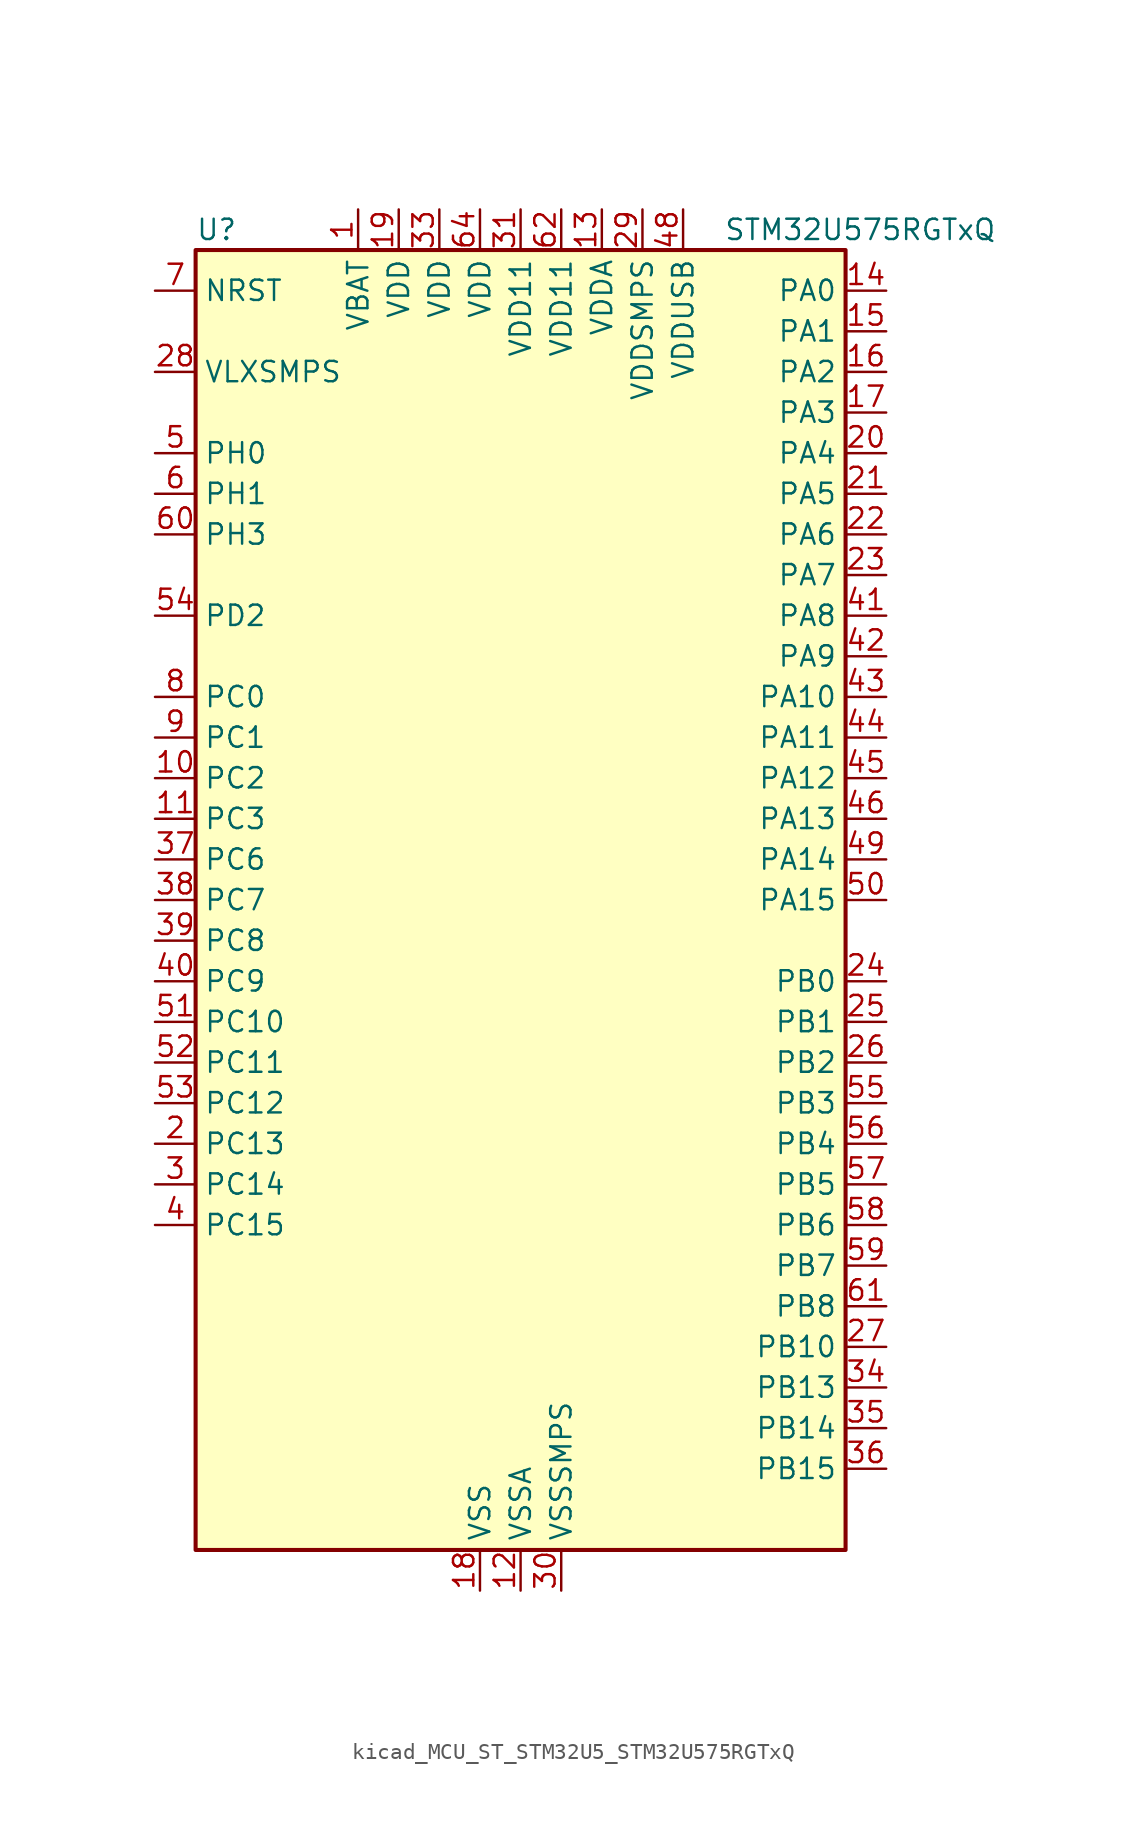
<source format=kicad_sym>
(kicad_symbol_lib
  (version 20220914)
  (generator kicad_symbol_editor)
  (symbol "kicad_MCU_ST_STM32U5_STM32U575RGTxQ"
    (property "Reference" "U"
      (at -20.32 41.91 0)
      (effects (font (size 1.27 1.27)) (justify left)))
    (property "Value" "STM32U575RGTxQ"
      (at 12.7 41.91 0)
      (effects (font (size 1.27 1.27)) (justify left)))
    (property "ki_locked" ""
      (at 0 0 0)
      (effects (font (size 1.27 1.27))))
    (symbol "kicad_MCU_ST_STM32U5_STM32U575RGTxQ_0_1"
      (rectangle (start -20.32 -40.64) (end 20.32 40.64) (stroke (width 0.254) (type default)) (fill (type background))))
    (symbol "kicad_MCU_ST_STM32U5_STM32U575RGTxQ_1_1"
      (pin power_in line (at -10.16 43.18 270) (length 2.54) (name "VBAT" (effects (font (size 1.27 1.27)))) (number "1" (effects (font (size 1.27 1.27)))))
      (pin bidirectional line (at -22.86 7.62 0) (length 2.54) (name "PC2" (effects (font (size 1.27 1.27)))) (number "10" (effects (font (size 1.27 1.27)))) (alternate "ADC1_IN3" bidirectional line) (alternate "ADC4_IN3" bidirectional line) (alternate "LPTIM1_IN2" bidirectional line) (alternate "MDF1_CCK1" bidirectional line) (alternate "OCTOSPIM_P1_IO5" bidirectional line) (alternate "SPI2_MISO" bidirectional line))
      (pin bidirectional line (at -22.86 5.08 0) (length 2.54) (name "PC3" (effects (font (size 1.27 1.27)))) (number "11" (effects (font (size 1.27 1.27)))) (alternate "ADC1_IN4" bidirectional line) (alternate "ADC4_IN4" bidirectional line) (alternate "LPTIM1_ETR" bidirectional line) (alternate "LPTIM2_ETR" bidirectional line) (alternate "LPTIM3_CH1" bidirectional line) (alternate "OCTOSPIM_P1_IO6" bidirectional line) (alternate "SAI1_D1" bidirectional line) (alternate "SAI1_SD_A" bidirectional line) (alternate "SPI2_MOSI" bidirectional line))
      (pin power_in line (at 0 -43.18 90) (length 2.54) (name "VSSA" (effects (font (size 1.27 1.27)))) (number "12" (effects (font (size 1.27 1.27)))))
      (pin power_in line (at 5.08 43.18 270) (length 2.54) (name "VDDA" (effects (font (size 1.27 1.27)))) (number "13" (effects (font (size 1.27 1.27)))))
      (pin bidirectional line (at 22.86 38.1 180) (length 2.54) (name "PA0" (effects (font (size 1.27 1.27)))) (number "14" (effects (font (size 1.27 1.27)))) (alternate "ADC1_IN5" bidirectional line) (alternate "AUDIOCLK" bidirectional line) (alternate "OCTOSPIM_P2_NCS" bidirectional line) (alternate "OPAMP1_VINP" bidirectional line) (alternate "PWR_WKUP1" bidirectional line) (alternate "SDMMC2_CMD" bidirectional line) (alternate "SPI3_RDY" bidirectional line) (alternate "TAMP_IN2" bidirectional line) (alternate "TAMP_OUT1" bidirectional line) (alternate "TIM2_CH1" bidirectional line) (alternate "TIM2_ETR" bidirectional line) (alternate "TIM5_CH1" bidirectional line) (alternate "TIM8_ETR" bidirectional line) (alternate "UART4_TX" bidirectional line) (alternate "USART2_CTS" bidirectional line))
      (pin bidirectional line (at 22.86 35.56 180) (length 2.54) (name "PA1" (effects (font (size 1.27 1.27)))) (number "15" (effects (font (size 1.27 1.27)))) (alternate "ADC1_IN6" bidirectional line) (alternate "I2C1_SMBA" bidirectional line) (alternate "LPTIM1_CH2" bidirectional line) (alternate "OCTOSPIM_P1_DQS" bidirectional line) (alternate "OPAMP1_VINM" bidirectional line) (alternate "PWR_WKUP3" bidirectional line) (alternate "SPI1_SCK" bidirectional line) (alternate "TAMP_IN5" bidirectional line) (alternate "TAMP_OUT4" bidirectional line) (alternate "TIM15_CH1N" bidirectional line) (alternate "TIM2_CH2" bidirectional line) (alternate "TIM5_CH2" bidirectional line) (alternate "UART4_RX" bidirectional line) (alternate "USART2_DE" bidirectional line) (alternate "USART2_RTS" bidirectional line))
      (pin bidirectional line (at 22.86 33.02 180) (length 2.54) (name "PA2" (effects (font (size 1.27 1.27)))) (number "16" (effects (font (size 1.27 1.27)))) (alternate "ADC1_IN7" bidirectional line) (alternate "COMP1_INP" bidirectional line) (alternate "LPUART1_TX" bidirectional line) (alternate "OCTOSPIM_P1_NCS" bidirectional line) (alternate "PWR_WKUP4" bidirectional line) (alternate "RCC_LSCO" bidirectional line) (alternate "SPI1_RDY" bidirectional line) (alternate "TIM15_CH1" bidirectional line) (alternate "TIM2_CH3" bidirectional line) (alternate "TIM5_CH3" bidirectional line) (alternate "UCPD1_FRSTX1" bidirectional line) (alternate "USART2_TX" bidirectional line))
      (pin bidirectional line (at 22.86 30.48 180) (length 2.54) (name "PA3" (effects (font (size 1.27 1.27)))) (number "17" (effects (font (size 1.27 1.27)))) (alternate "ADC1_IN8" bidirectional line) (alternate "LPUART1_RX" bidirectional line) (alternate "OCTOSPIM_P1_CLK" bidirectional line) (alternate "OPAMP1_VOUT" bidirectional line) (alternate "PWR_WKUP5" bidirectional line) (alternate "SAI1_CK1" bidirectional line) (alternate "SAI1_MCLK_A" bidirectional line) (alternate "TIM15_CH2" bidirectional line) (alternate "TIM2_CH4" bidirectional line) (alternate "TIM5_CH4" bidirectional line) (alternate "USART2_RX" bidirectional line))
      (pin power_in line (at -2.54 -43.18 90) (length 2.54) (name "VSS" (effects (font (size 1.27 1.27)))) (number "18" (effects (font (size 1.27 1.27)))))
      (pin power_in line (at -7.62 43.18 270) (length 2.54) (name "VDD" (effects (font (size 1.27 1.27)))) (number "19" (effects (font (size 1.27 1.27)))))
      (pin bidirectional line (at -22.86 -15.24 0) (length 2.54) (name "PC13" (effects (font (size 1.27 1.27)))) (number "2" (effects (font (size 1.27 1.27)))) (alternate "PWR_WKUP2" bidirectional line) (alternate "RTC_OUT1" bidirectional line) (alternate "RTC_TS" bidirectional line) (alternate "TAMP_IN1" bidirectional line) (alternate "TAMP_OUT2" bidirectional line))
      (pin bidirectional line (at 22.86 27.94 180) (length 2.54) (name "PA4" (effects (font (size 1.27 1.27)))) (number "20" (effects (font (size 1.27 1.27)))) (alternate "ADC1_IN9" bidirectional line) (alternate "ADC4_IN9" bidirectional line) (alternate "DAC1_OUT1" bidirectional line) (alternate "LPTIM2_CH1" bidirectional line) (alternate "OCTOSPIM_P1_NCS" bidirectional line) (alternate "PWR_WKUP2" bidirectional line) (alternate "SAI1_FS_B" bidirectional line) (alternate "SPI1_NSS" bidirectional line) (alternate "SPI3_NSS" bidirectional line) (alternate "USART2_CK" bidirectional line))
      (pin bidirectional line (at 22.86 25.4 180) (length 2.54) (name "PA5" (effects (font (size 1.27 1.27)))) (number "21" (effects (font (size 1.27 1.27)))) (alternate "ADC1_IN10" bidirectional line) (alternate "ADC4_IN10" bidirectional line) (alternate "DAC1_OUT2" bidirectional line) (alternate "LPTIM2_ETR" bidirectional line) (alternate "PWR_CSLEEP" bidirectional line) (alternate "PWR_WKUP6" bidirectional line) (alternate "SPI1_SCK" bidirectional line) (alternate "TIM2_CH1" bidirectional line) (alternate "TIM2_ETR" bidirectional line) (alternate "TIM8_CH1N" bidirectional line) (alternate "USART3_RX" bidirectional line))
      (pin bidirectional line (at 22.86 22.86 180) (length 2.54) (name "PA6" (effects (font (size 1.27 1.27)))) (number "22" (effects (font (size 1.27 1.27)))) (alternate "ADC1_IN11" bidirectional line) (alternate "ADC4_IN11" bidirectional line) (alternate "LPUART1_CTS" bidirectional line) (alternate "OCTOSPIM_P1_IO3" bidirectional line) (alternate "OPAMP2_VINP" bidirectional line) (alternate "PWR_CDSTOP" bidirectional line) (alternate "PWR_WKUP7" bidirectional line) (alternate "SPI1_MISO" bidirectional line) (alternate "TIM16_CH1" bidirectional line) (alternate "TIM1_BKIN" bidirectional line) (alternate "TIM3_CH1" bidirectional line) (alternate "TIM8_BKIN" bidirectional line) (alternate "USART3_CTS" bidirectional line))
      (pin bidirectional line (at 22.86 20.32 180) (length 2.54) (name "PA7" (effects (font (size 1.27 1.27)))) (number "23" (effects (font (size 1.27 1.27)))) (alternate "ADC1_IN12" bidirectional line) (alternate "ADC4_IN20" bidirectional line) (alternate "I2C3_SCL" bidirectional line) (alternate "LPTIM2_CH2" bidirectional line) (alternate "OCTOSPIM_P1_IO2" bidirectional line) (alternate "OPAMP2_VINM" bidirectional line) (alternate "PWR_SRDSTOP" bidirectional line) (alternate "PWR_WKUP8" bidirectional line) (alternate "SPI1_MOSI" bidirectional line) (alternate "TIM17_CH1" bidirectional line) (alternate "TIM1_CH1N" bidirectional line) (alternate "TIM3_CH2" bidirectional line) (alternate "TIM8_CH1N" bidirectional line) (alternate "USART3_TX" bidirectional line))
      (pin bidirectional line (at 22.86 -5.08 180) (length 2.54) (name "PB0" (effects (font (size 1.27 1.27)))) (number "24" (effects (font (size 1.27 1.27)))) (alternate "ADC1_IN15" bidirectional line) (alternate "ADC4_IN18" bidirectional line) (alternate "AUDIOCLK" bidirectional line) (alternate "COMP1_OUT" bidirectional line) (alternate "LPTIM3_CH1" bidirectional line) (alternate "OCTOSPIM_P1_IO1" bidirectional line) (alternate "OPAMP2_VOUT" bidirectional line) (alternate "SPI1_NSS" bidirectional line) (alternate "TIM1_CH2N" bidirectional line) (alternate "TIM3_CH3" bidirectional line) (alternate "TIM8_CH2N" bidirectional line) (alternate "USART3_CK" bidirectional line))
      (pin bidirectional line (at 22.86 -7.62 180) (length 2.54) (name "PB1" (effects (font (size 1.27 1.27)))) (number "25" (effects (font (size 1.27 1.27)))) (alternate "ADC1_IN16" bidirectional line) (alternate "ADC4_IN19" bidirectional line) (alternate "COMP1_INM" bidirectional line) (alternate "LPTIM2_IN1" bidirectional line) (alternate "LPTIM3_CH2" bidirectional line) (alternate "LPUART1_DE" bidirectional line) (alternate "LPUART1_RTS" bidirectional line) (alternate "MDF1_SDI0" bidirectional line) (alternate "OCTOSPIM_P1_IO0" bidirectional line) (alternate "PWR_WKUP4" bidirectional line) (alternate "TIM1_CH3N" bidirectional line) (alternate "TIM3_CH4" bidirectional line) (alternate "TIM8_CH3N" bidirectional line) (alternate "USART3_DE" bidirectional line) (alternate "USART3_RTS" bidirectional line))
      (pin bidirectional line (at 22.86 -10.16 180) (length 2.54) (name "PB2" (effects (font (size 1.27 1.27)))) (number "26" (effects (font (size 1.27 1.27)))) (alternate "ADC1_IN17" bidirectional line) (alternate "COMP1_INP" bidirectional line) (alternate "I2C3_SMBA" bidirectional line) (alternate "LPTIM1_CH1" bidirectional line) (alternate "MDF1_CKI0" bidirectional line) (alternate "OCTOSPIM_P1_DQS" bidirectional line) (alternate "PWR_WKUP1" bidirectional line) (alternate "RTC_OUT2" bidirectional line) (alternate "SPI1_RDY" bidirectional line) (alternate "TIM8_CH4N" bidirectional line) (alternate "UCPD1_FRSTX1" bidirectional line))
      (pin bidirectional line (at 22.86 -27.94 180) (length 2.54) (name "PB10" (effects (font (size 1.27 1.27)))) (number "27" (effects (font (size 1.27 1.27)))) (alternate "COMP1_OUT" bidirectional line) (alternate "I2C2_SCL" bidirectional line) (alternate "I2C4_SCL" bidirectional line) (alternate "LPTIM3_CH1" bidirectional line) (alternate "LPUART1_RX" bidirectional line) (alternate "OCTOSPIM_P1_CLK" bidirectional line) (alternate "PWR_WKUP8" bidirectional line) (alternate "SAI1_SCK_A" bidirectional line) (alternate "SPI2_SCK" bidirectional line) (alternate "TIM2_CH3" bidirectional line) (alternate "TSC_SYNC" bidirectional line) (alternate "USART3_TX" bidirectional line))
      (pin power_in line (at -22.86 33.02 0) (length 2.54) (name "VLXSMPS" (effects (font (size 1.27 1.27)))) (number "28" (effects (font (size 1.27 1.27)))))
      (pin power_in line (at 7.62 43.18 270) (length 2.54) (name "VDDSMPS" (effects (font (size 1.27 1.27)))) (number "29" (effects (font (size 1.27 1.27)))))
      (pin bidirectional line (at -22.86 -17.78 0) (length 2.54) (name "PC14" (effects (font (size 1.27 1.27)))) (number "3" (effects (font (size 1.27 1.27)))) (alternate "RCC_OSC32_IN" bidirectional line))
      (pin power_in line (at 2.54 -43.18 90) (length 2.54) (name "VSSSMPS" (effects (font (size 1.27 1.27)))) (number "30" (effects (font (size 1.27 1.27)))))
      (pin power_in line (at 0 43.18 270) (length 2.54) (name "VDD11" (effects (font (size 1.27 1.27)))) (number "31" (effects (font (size 1.27 1.27)))))
      (pin passive line (at -2.54 -43.18 90) (length 2.54) hide (name "VSS" (effects (font (size 1.27 1.27)))) (number "32" (effects (font (size 1.27 1.27)))))
      (pin power_in line (at -5.08 43.18 270) (length 2.54) (name "VDD" (effects (font (size 1.27 1.27)))) (number "33" (effects (font (size 1.27 1.27)))))
      (pin bidirectional line (at 22.86 -30.48 180) (length 2.54) (name "PB13" (effects (font (size 1.27 1.27)))) (number "34" (effects (font (size 1.27 1.27)))) (alternate "I2C2_SCL" bidirectional line) (alternate "LPTIM3_IN1" bidirectional line) (alternate "LPUART1_CTS" bidirectional line) (alternate "MDF1_CKI1" bidirectional line) (alternate "SPI2_SCK" bidirectional line) (alternate "TIM15_CH1N" bidirectional line) (alternate "TIM1_CH1N" bidirectional line) (alternate "TSC_G1_IO2" bidirectional line) (alternate "USART3_CTS" bidirectional line))
      (pin bidirectional line (at 22.86 -33.02 180) (length 2.54) (name "PB14" (effects (font (size 1.27 1.27)))) (number "35" (effects (font (size 1.27 1.27)))) (alternate "I2C2_SDA" bidirectional line) (alternate "LPTIM3_ETR" bidirectional line) (alternate "MDF1_SDI2" bidirectional line) (alternate "SDMMC2_D0" bidirectional line) (alternate "SPI2_MISO" bidirectional line) (alternate "TIM15_CH1" bidirectional line) (alternate "TIM1_CH2N" bidirectional line) (alternate "TIM8_CH2N" bidirectional line) (alternate "TSC_G1_IO3" bidirectional line) (alternate "UCPD1_DBCC2" bidirectional line) (alternate "USART3_DE" bidirectional line) (alternate "USART3_RTS" bidirectional line))
      (pin bidirectional line (at 22.86 -35.56 180) (length 2.54) (name "PB15" (effects (font (size 1.27 1.27)))) (number "36" (effects (font (size 1.27 1.27)))) (alternate "ADC1_EXTI15" bidirectional line) (alternate "ADC4_EXTI15" bidirectional line) (alternate "LPTIM2_IN2" bidirectional line) (alternate "MDF1_CKI2" bidirectional line) (alternate "PWR_WKUP7" bidirectional line) (alternate "RTC_REFIN" bidirectional line) (alternate "SDMMC2_D1" bidirectional line) (alternate "SPI2_MOSI" bidirectional line) (alternate "TIM15_CH2" bidirectional line) (alternate "TIM1_CH3N" bidirectional line) (alternate "TIM8_CH3N" bidirectional line) (alternate "UCPD1_CC2" bidirectional line))
      (pin bidirectional line (at -22.86 2.54 0) (length 2.54) (name "PC6" (effects (font (size 1.27 1.27)))) (number "37" (effects (font (size 1.27 1.27)))) (alternate "MDF1_CKI3" bidirectional line) (alternate "PWR_CSLEEP" bidirectional line) (alternate "SDMMC1_D0DIR" bidirectional line) (alternate "SDMMC1_D6" bidirectional line) (alternate "SDMMC2_D6" bidirectional line) (alternate "TIM3_CH1" bidirectional line) (alternate "TIM8_CH1" bidirectional line) (alternate "TSC_G4_IO1" bidirectional line))
      (pin bidirectional line (at -22.86 0 0) (length 2.54) (name "PC7" (effects (font (size 1.27 1.27)))) (number "38" (effects (font (size 1.27 1.27)))) (alternate "LPTIM2_CH2" bidirectional line) (alternate "MDF1_SDI3" bidirectional line) (alternate "PWR_CDSTOP" bidirectional line) (alternate "SDMMC1_D123DIR" bidirectional line) (alternate "SDMMC1_D7" bidirectional line) (alternate "SDMMC2_D7" bidirectional line) (alternate "TIM3_CH2" bidirectional line) (alternate "TIM8_CH2" bidirectional line) (alternate "TSC_G4_IO2" bidirectional line))
      (pin bidirectional line (at -22.86 -2.54 0) (length 2.54) (name "PC8" (effects (font (size 1.27 1.27)))) (number "39" (effects (font (size 1.27 1.27)))) (alternate "LPTIM3_CH1" bidirectional line) (alternate "PWR_SRDSTOP" bidirectional line) (alternate "SDMMC1_D0" bidirectional line) (alternate "TIM3_CH3" bidirectional line) (alternate "TIM8_CH3" bidirectional line) (alternate "TSC_G4_IO3" bidirectional line))
      (pin bidirectional line (at -22.86 -20.32 0) (length 2.54) (name "PC15" (effects (font (size 1.27 1.27)))) (number "4" (effects (font (size 1.27 1.27)))) (alternate "ADC1_EXTI15" bidirectional line) (alternate "ADC4_EXTI15" bidirectional line) (alternate "RCC_OSC32_OUT" bidirectional line))
      (pin bidirectional line (at -22.86 -5.08 0) (length 2.54) (name "PC9" (effects (font (size 1.27 1.27)))) (number "40" (effects (font (size 1.27 1.27)))) (alternate "DAC1_EXTI9" bidirectional line) (alternate "DEBUG_TRACED0" bidirectional line) (alternate "LPTIM3_CH2" bidirectional line) (alternate "SDMMC1_D1" bidirectional line) (alternate "TIM3_CH4" bidirectional line) (alternate "TIM8_BKIN2" bidirectional line) (alternate "TIM8_CH4" bidirectional line) (alternate "TSC_G4_IO4" bidirectional line) (alternate "USB_OTG_FS_NOE" bidirectional line))
      (pin bidirectional line (at 22.86 17.78 180) (length 2.54) (name "PA8" (effects (font (size 1.27 1.27)))) (number "41" (effects (font (size 1.27 1.27)))) (alternate "DEBUG_TRACECLK" bidirectional line) (alternate "LPTIM2_CH1" bidirectional line) (alternate "RCC_MCO" bidirectional line) (alternate "SAI1_CK2" bidirectional line) (alternate "SAI1_SCK_A" bidirectional line) (alternate "SPI1_RDY" bidirectional line) (alternate "TIM1_CH1" bidirectional line) (alternate "USART1_CK" bidirectional line) (alternate "USB_OTG_FS_SOF" bidirectional line))
      (pin bidirectional line (at 22.86 15.24 180) (length 2.54) (name "PA9" (effects (font (size 1.27 1.27)))) (number "42" (effects (font (size 1.27 1.27)))) (alternate "DAC1_EXTI9" bidirectional line) (alternate "SAI1_FS_A" bidirectional line) (alternate "SPI2_SCK" bidirectional line) (alternate "TIM15_BKIN" bidirectional line) (alternate "TIM1_CH2" bidirectional line) (alternate "USART1_TX" bidirectional line) (alternate "USB_OTG_FS_VBUS" bidirectional line))
      (pin bidirectional line (at 22.86 12.7 180) (length 2.54) (name "PA10" (effects (font (size 1.27 1.27)))) (number "43" (effects (font (size 1.27 1.27)))) (alternate "CRS_SYNC" bidirectional line) (alternate "LPTIM2_IN2" bidirectional line) (alternate "SAI1_D1" bidirectional line) (alternate "SAI1_SD_A" bidirectional line) (alternate "TIM17_BKIN" bidirectional line) (alternate "TIM1_CH3" bidirectional line) (alternate "USART1_RX" bidirectional line) (alternate "USB_OTG_FS_ID" bidirectional line))
      (pin bidirectional line (at 22.86 10.16 180) (length 2.54) (name "PA11" (effects (font (size 1.27 1.27)))) (number "44" (effects (font (size 1.27 1.27)))) (alternate "ADC1_EXTI11" bidirectional line) (alternate "FDCAN1_RX" bidirectional line) (alternate "SPI1_MISO" bidirectional line) (alternate "TIM1_BKIN2" bidirectional line) (alternate "TIM1_CH4" bidirectional line) (alternate "USART1_CTS" bidirectional line) (alternate "USB_OTG_FS_DM" bidirectional line))
      (pin bidirectional line (at 22.86 7.62 180) (length 2.54) (name "PA12" (effects (font (size 1.27 1.27)))) (number "45" (effects (font (size 1.27 1.27)))) (alternate "FDCAN1_TX" bidirectional line) (alternate "OCTOSPIM_P2_NCS" bidirectional line) (alternate "SPI1_MOSI" bidirectional line) (alternate "TIM1_ETR" bidirectional line) (alternate "USART1_DE" bidirectional line) (alternate "USART1_RTS" bidirectional line) (alternate "USB_OTG_FS_DP" bidirectional line))
      (pin bidirectional line (at 22.86 5.08 180) (length 2.54) (name "PA13" (effects (font (size 1.27 1.27)))) (number "46" (effects (font (size 1.27 1.27)))) (alternate "DEBUG_JTMS-SWDIO" bidirectional line) (alternate "IR_OUT" bidirectional line) (alternate "SAI1_SD_B" bidirectional line) (alternate "USB_OTG_FS_NOE" bidirectional line))
      (pin passive line (at -2.54 -43.18 90) (length 2.54) hide (name "VSS" (effects (font (size 1.27 1.27)))) (number "47" (effects (font (size 1.27 1.27)))))
      (pin power_in line (at 10.16 43.18 270) (length 2.54) (name "VDDUSB" (effects (font (size 1.27 1.27)))) (number "48" (effects (font (size 1.27 1.27)))))
      (pin bidirectional line (at 22.86 2.54 180) (length 2.54) (name "PA14" (effects (font (size 1.27 1.27)))) (number "49" (effects (font (size 1.27 1.27)))) (alternate "DEBUG_JTCK-SWCLK" bidirectional line) (alternate "I2C1_SMBA" bidirectional line) (alternate "I2C4_SMBA" bidirectional line) (alternate "LPTIM1_CH1" bidirectional line) (alternate "SAI1_FS_B" bidirectional line) (alternate "USB_OTG_FS_SOF" bidirectional line))
      (pin bidirectional line (at -22.86 27.94 0) (length 2.54) (name "PH0" (effects (font (size 1.27 1.27)))) (number "5" (effects (font (size 1.27 1.27)))) (alternate "RCC_OSC_IN" bidirectional line))
      (pin bidirectional line (at 22.86 0 180) (length 2.54) (name "PA15" (effects (font (size 1.27 1.27)))) (number "50" (effects (font (size 1.27 1.27)))) (alternate "ADC1_EXTI15" bidirectional line) (alternate "ADC4_EXTI15" bidirectional line) (alternate "DEBUG_JTDI" bidirectional line) (alternate "SPI1_NSS" bidirectional line) (alternate "SPI3_NSS" bidirectional line) (alternate "TIM2_CH1" bidirectional line) (alternate "TIM2_ETR" bidirectional line) (alternate "UART4_DE" bidirectional line) (alternate "UART4_RTS" bidirectional line) (alternate "UCPD1_CC1" bidirectional line) (alternate "USART2_RX" bidirectional line) (alternate "USART3_DE" bidirectional line) (alternate "USART3_RTS" bidirectional line))
      (pin bidirectional line (at -22.86 -7.62 0) (length 2.54) (name "PC10" (effects (font (size 1.27 1.27)))) (number "51" (effects (font (size 1.27 1.27)))) (alternate "ADF1_CCK1" bidirectional line) (alternate "DEBUG_TRACED1" bidirectional line) (alternate "LPTIM3_ETR" bidirectional line) (alternate "SDMMC1_D2" bidirectional line) (alternate "SPI3_SCK" bidirectional line) (alternate "TSC_G3_IO2" bidirectional line) (alternate "UART4_TX" bidirectional line) (alternate "USART3_TX" bidirectional line))
      (pin bidirectional line (at -22.86 -10.16 0) (length 2.54) (name "PC11" (effects (font (size 1.27 1.27)))) (number "52" (effects (font (size 1.27 1.27)))) (alternate "ADC1_EXTI11" bidirectional line) (alternate "ADF1_SDI0" bidirectional line) (alternate "LPTIM3_IN1" bidirectional line) (alternate "OCTOSPIM_P1_NCS" bidirectional line) (alternate "SDMMC1_D3" bidirectional line) (alternate "SPI3_MISO" bidirectional line) (alternate "TSC_G3_IO3" bidirectional line) (alternate "UART4_RX" bidirectional line) (alternate "UCPD1_FRSTX2" bidirectional line) (alternate "USART3_RX" bidirectional line))
      (pin bidirectional line (at -22.86 -12.7 0) (length 2.54) (name "PC12" (effects (font (size 1.27 1.27)))) (number "53" (effects (font (size 1.27 1.27)))) (alternate "DEBUG_TRACED3" bidirectional line) (alternate "SDMMC1_CK" bidirectional line) (alternate "SPI3_MOSI" bidirectional line) (alternate "TSC_G3_IO4" bidirectional line) (alternate "UART5_TX" bidirectional line) (alternate "USART3_CK" bidirectional line))
      (pin bidirectional line (at -22.86 17.78 0) (length 2.54) (name "PD2" (effects (font (size 1.27 1.27)))) (number "54" (effects (font (size 1.27 1.27)))) (alternate "DEBUG_TRACED2" bidirectional line) (alternate "LPTIM4_ETR" bidirectional line) (alternate "SDMMC1_CMD" bidirectional line) (alternate "TIM3_ETR" bidirectional line) (alternate "TSC_SYNC" bidirectional line) (alternate "UART5_RX" bidirectional line) (alternate "USART3_DE" bidirectional line) (alternate "USART3_RTS" bidirectional line))
      (pin bidirectional line (at 22.86 -12.7 180) (length 2.54) (name "PB3" (effects (font (size 1.27 1.27)))) (number "55" (effects (font (size 1.27 1.27)))) (alternate "ADF1_CCK0" bidirectional line) (alternate "COMP2_INM" bidirectional line) (alternate "CRS_SYNC" bidirectional line) (alternate "DEBUG_JTDO-SWO" bidirectional line) (alternate "I2C1_SDA" bidirectional line) (alternate "LPTIM1_CH1" bidirectional line) (alternate "SAI1_SCK_B" bidirectional line) (alternate "SDMMC2_D2" bidirectional line) (alternate "SPI1_SCK" bidirectional line) (alternate "SPI3_SCK" bidirectional line) (alternate "TIM2_CH2" bidirectional line) (alternate "USART1_DE" bidirectional line) (alternate "USART1_RTS" bidirectional line))
      (pin bidirectional line (at 22.86 -15.24 180) (length 2.54) (name "PB4" (effects (font (size 1.27 1.27)))) (number "56" (effects (font (size 1.27 1.27)))) (alternate "ADF1_SDI0" bidirectional line) (alternate "COMP2_INP" bidirectional line) (alternate "DEBUG_JTRST" bidirectional line) (alternate "I2C3_SDA" bidirectional line) (alternate "LPTIM1_CH2" bidirectional line) (alternate "SAI1_MCLK_B" bidirectional line) (alternate "SDMMC2_D3" bidirectional line) (alternate "SPI1_MISO" bidirectional line) (alternate "SPI3_MISO" bidirectional line) (alternate "TIM17_BKIN" bidirectional line) (alternate "TIM3_CH1" bidirectional line) (alternate "TSC_G2_IO1" bidirectional line) (alternate "UART5_DE" bidirectional line) (alternate "UART5_RTS" bidirectional line) (alternate "USART1_CTS" bidirectional line))
      (pin bidirectional line (at 22.86 -17.78 180) (length 2.54) (name "PB5" (effects (font (size 1.27 1.27)))) (number "57" (effects (font (size 1.27 1.27)))) (alternate "COMP2_OUT" bidirectional line) (alternate "I2C1_SMBA" bidirectional line) (alternate "LPTIM1_IN1" bidirectional line) (alternate "OCTOSPIM_P1_NCLK" bidirectional line) (alternate "PWR_WKUP6" bidirectional line) (alternate "SAI1_SD_B" bidirectional line) (alternate "SPI1_MOSI" bidirectional line) (alternate "SPI3_MOSI" bidirectional line) (alternate "TIM16_BKIN" bidirectional line) (alternate "TIM3_CH2" bidirectional line) (alternate "TSC_G2_IO2" bidirectional line) (alternate "UART5_CTS" bidirectional line) (alternate "UCPD1_DBCC1" bidirectional line) (alternate "USART1_CK" bidirectional line))
      (pin bidirectional line (at 22.86 -20.32 180) (length 2.54) (name "PB6" (effects (font (size 1.27 1.27)))) (number "58" (effects (font (size 1.27 1.27)))) (alternate "COMP2_INP" bidirectional line) (alternate "I2C1_SCL" bidirectional line) (alternate "I2C4_SCL" bidirectional line) (alternate "LPTIM1_ETR" bidirectional line) (alternate "MDF1_SDI5" bidirectional line) (alternate "PWR_WKUP3" bidirectional line) (alternate "SAI1_FS_B" bidirectional line) (alternate "TIM16_CH1N" bidirectional line) (alternate "TIM4_CH1" bidirectional line) (alternate "TIM8_BKIN2" bidirectional line) (alternate "TSC_G2_IO3" bidirectional line) (alternate "USART1_TX" bidirectional line))
      (pin bidirectional line (at 22.86 -22.86 180) (length 2.54) (name "PB7" (effects (font (size 1.27 1.27)))) (number "59" (effects (font (size 1.27 1.27)))) (alternate "COMP2_INM" bidirectional line) (alternate "I2C1_SDA" bidirectional line) (alternate "I2C4_SDA" bidirectional line) (alternate "LPTIM1_IN2" bidirectional line) (alternate "MDF1_CKI5" bidirectional line) (alternate "PWR_PVD_IN" bidirectional line) (alternate "PWR_WKUP4" bidirectional line) (alternate "TIM17_CH1N" bidirectional line) (alternate "TIM4_CH2" bidirectional line) (alternate "TIM8_BKIN" bidirectional line) (alternate "TSC_G2_IO4" bidirectional line) (alternate "UART4_CTS" bidirectional line) (alternate "USART1_RX" bidirectional line))
      (pin bidirectional line (at -22.86 25.4 0) (length 2.54) (name "PH1" (effects (font (size 1.27 1.27)))) (number "6" (effects (font (size 1.27 1.27)))) (alternate "RCC_OSC_OUT" bidirectional line))
      (pin bidirectional line (at -22.86 22.86 0) (length 2.54) (name "PH3" (effects (font (size 1.27 1.27)))) (number "60" (effects (font (size 1.27 1.27)))))
      (pin bidirectional line (at 22.86 -25.4 180) (length 2.54) (name "PB8" (effects (font (size 1.27 1.27)))) (number "61" (effects (font (size 1.27 1.27)))) (alternate "FDCAN1_RX" bidirectional line) (alternate "I2C1_SCL" bidirectional line) (alternate "MDF1_CCK0" bidirectional line) (alternate "PWR_WKUP5" bidirectional line) (alternate "SAI1_CK1" bidirectional line) (alternate "SAI1_MCLK_A" bidirectional line) (alternate "SDMMC1_CKIN" bidirectional line) (alternate "SDMMC1_D4" bidirectional line) (alternate "SDMMC2_D4" bidirectional line) (alternate "SPI3_RDY" bidirectional line) (alternate "TIM16_CH1" bidirectional line) (alternate "TIM4_CH3" bidirectional line))
      (pin power_in line (at 2.54 43.18 270) (length 2.54) (name "VDD11" (effects (font (size 1.27 1.27)))) (number "62" (effects (font (size 1.27 1.27)))))
      (pin passive line (at -2.54 -43.18 90) (length 2.54) hide (name "VSS" (effects (font (size 1.27 1.27)))) (number "63" (effects (font (size 1.27 1.27)))))
      (pin power_in line (at -2.54 43.18 270) (length 2.54) (name "VDD" (effects (font (size 1.27 1.27)))) (number "64" (effects (font (size 1.27 1.27)))))
      (pin input line (at -22.86 38.1 0) (length 2.54) (name "NRST" (effects (font (size 1.27 1.27)))) (number "7" (effects (font (size 1.27 1.27)))))
      (pin bidirectional line (at -22.86 12.7 0) (length 2.54) (name "PC0" (effects (font (size 1.27 1.27)))) (number "8" (effects (font (size 1.27 1.27)))) (alternate "ADC1_IN1" bidirectional line) (alternate "ADC4_IN1" bidirectional line) (alternate "I2C3_SCL" bidirectional line) (alternate "LPTIM1_IN1" bidirectional line) (alternate "LPTIM2_IN1" bidirectional line) (alternate "LPUART1_RX" bidirectional line) (alternate "MDF1_SDI4" bidirectional line) (alternate "OCTOSPIM_P1_IO7" bidirectional line) (alternate "SDMMC1_D5" bidirectional line) (alternate "SPI2_RDY" bidirectional line))
      (pin bidirectional line (at -22.86 10.16 0) (length 2.54) (name "PC1" (effects (font (size 1.27 1.27)))) (number "9" (effects (font (size 1.27 1.27)))) (alternate "ADC1_IN2" bidirectional line) (alternate "ADC4_IN2" bidirectional line) (alternate "DEBUG_TRACED0" bidirectional line) (alternate "I2C3_SDA" bidirectional line) (alternate "LPTIM1_CH1" bidirectional line) (alternate "LPUART1_TX" bidirectional line) (alternate "MDF1_CKI4" bidirectional line) (alternate "OCTOSPIM_P1_IO4" bidirectional line) (alternate "SAI1_SD_A" bidirectional line) (alternate "SDMMC2_CK" bidirectional line) (alternate "SPI2_MOSI" bidirectional line)))))
</source>
